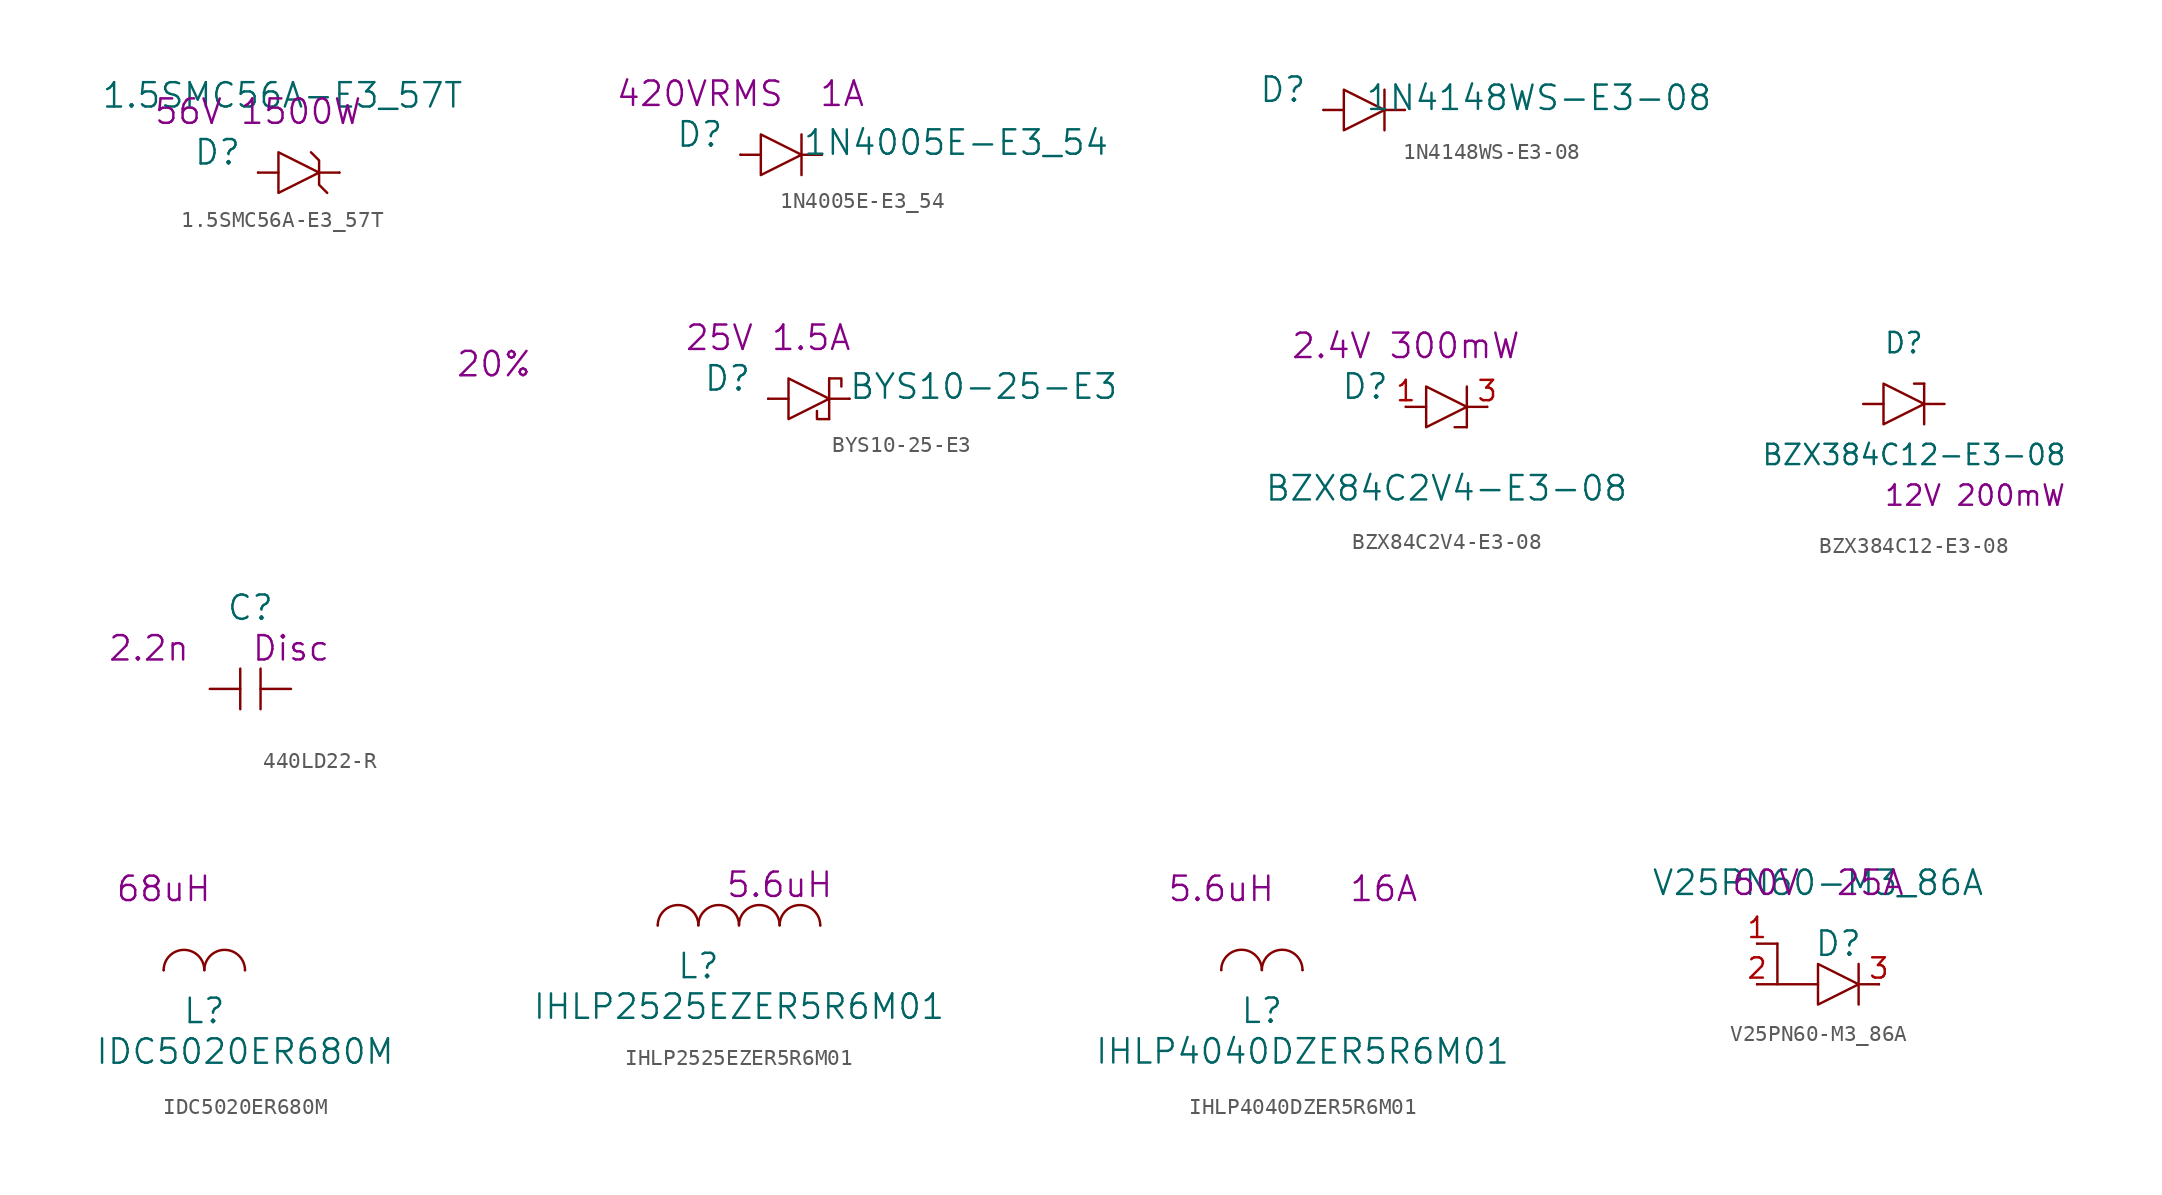
<source format=kicad_sym>
(kicad_symbol_lib
  (version 20220914)
  (generator kicad_symbol_editor)
  (symbol "1.5SMC56A-E3_57T"
    (pin_numbers hide)
    (pin_names
      (offset 1.016) hide)
    (property "Reference" "D"
      (at -5.08 1.27 0)
      (effects (font (size 1.524 1.524))))
    (property "Value" "1.5SMC56A-E3_57T"
      (at -1.016 4.826 0)
      (effects (font (size 1.524 1.524))))
    (property "Datasheet" ""
      (at -5.08 1.27 0)
      (effects (font (size 1.524 1.524))))
    (property "Rating" "56V 1500W"
      (at -2.54 3.81 0)
      (effects (font (size 1.524 1.524))))
    (symbol "1.5SMC56A-E3_57T_0_1"
      (polyline (pts (xy -2.54 0) (xy -1.27 0)) (stroke (width 0) (type solid)) (fill (type none)))
      (polyline (pts (xy 1.27 0) (xy 2.54 0)) (stroke (width 0) (type solid)) (fill (type none)))
      (polyline (pts (xy 0.762 1.27) (xy 1.27 0.762) (xy 1.27 -0.762) (xy 1.778 -1.27)) (stroke (width 0) (type solid)) (fill (type none)))
      (polyline (pts (xy -1.27 0) (xy -1.27 1.27) (xy 1.27 0) (xy -1.27 -1.27) (xy -1.27 0)) (stroke (width 0) (type solid)) (fill (type none))))
    (symbol "1.5SMC56A-E3_57T_1_1"
      (pin passive line (at -2.54 0 0) (length 0) (name "A" (effects (font (size 1.27 1.27)))) (number "A" (effects (font (size 1.27 1.27)))))
      (pin passive line (at 2.54 0 180) (length 0) (name "C" (effects (font (size 1.27 1.27)))) (number "C" (effects (font (size 1.27 1.27)))))))
  (symbol "1N4005E-E3_54"
    (pin_numbers hide)
    (pin_names
      (offset 1.016) hide)
    (property "Reference" "D"
      (at -5.08 1.27 0)
      (effects (font (size 1.524 1.524))))
    (property "Value" "1N4005E-E3_54"
      (at 10.922 0.762 0)
      (effects (font (size 1.524 1.524))))
    (property "Datasheet" ""
      (at -5.08 1.27 0)
      (effects (font (size 1.524 1.524))))
    (property "Rating" "420VRMS  1A"
      (at -2.54 3.81 0)
      (effects (font (size 1.524 1.524))))
    (symbol "1N4005E-E3_54_0_1"
      (polyline (pts (xy -2.54 0) (xy -1.27 0)) (stroke (width 0) (type solid)) (fill (type none)))
      (polyline (pts (xy 1.27 0) (xy 2.54 0)) (stroke (width 0) (type solid)) (fill (type none)))
      (polyline (pts (xy 1.27 1.27) (xy 1.27 -1.27)) (stroke (width 0) (type solid)) (fill (type none)))
      (polyline (pts (xy -1.27 0) (xy -1.27 1.27) (xy 1.27 0) (xy -1.27 -1.27) (xy -1.27 0)) (stroke (width 0) (type solid)) (fill (type none))))
    (symbol "1N4005E-E3_54_1_1"
      (pin passive line (at -2.54 0 0) (length 0) (name "A" (effects (font (size 1.27 1.27)))) (number "A" (effects (font (size 1.27 1.27)))))
      (pin passive line (at 2.54 0 180) (length 0) (name "C" (effects (font (size 1.27 1.27)))) (number "C" (effects (font (size 1.27 1.27)))))))
  (symbol "1N4148WS-E3-08"
    (pin_numbers hide)
    (pin_names
      (offset 1.016) hide)
    (property "Reference" "D"
      (at -5.08 1.27 0)
      (effects (font (size 1.524 1.524))))
    (property "Value" "1N4148WS-E3-08"
      (at 10.922 0.762 0)
      (effects (font (size 1.524 1.524))))
    (property "Datasheet" ""
      (at -5.08 1.27 0)
      (effects (font (size 1.524 1.524))))
    (symbol "1N4148WS-E3-08_0_1"
      (polyline (pts (xy -2.54 0) (xy -1.27 0)) (stroke (width 0) (type solid)) (fill (type none)))
      (polyline (pts (xy 1.27 0) (xy 2.54 0)) (stroke (width 0) (type solid)) (fill (type none)))
      (polyline (pts (xy 1.27 1.27) (xy 1.27 -1.27)) (stroke (width 0) (type solid)) (fill (type none)))
      (polyline (pts (xy -1.27 0) (xy -1.27 1.27) (xy 1.27 0) (xy -1.27 -1.27) (xy -1.27 0)) (stroke (width 0) (type solid)) (fill (type none))))
    (symbol "1N4148WS-E3-08_1_1"
      (pin passive line (at -2.54 0 0) (length 0) (name "A" (effects (font (size 1.27 1.27)))) (number "A" (effects (font (size 1.27 1.27)))))
      (pin passive line (at 2.54 0 180) (length 0) (name "C" (effects (font (size 1.27 1.27)))) (number "C" (effects (font (size 1.27 1.27)))))))
  (symbol "440LD22-R"
    (pin_numbers hide)
    (pin_names
      (offset 1.016) hide)
    (property "Reference" "C"
      (at 0 5.08 0)
      (effects (font (size 1.524 1.524))))
    (property "Size" "Disc"
      (at 2.54 2.54 0)
      (effects (font (size 1.524 1.524))))
    (property "Value2" "2.2n"
      (at -6.35 2.54 0)
      (effects (font (size 1.524 1.524))))
    (property "Tolerance" "20%"
      (at 15.24 20.32 0)
      (effects (font (size 1.524 1.524))))
    (symbol "440LD22-R_0_1"
      (polyline (pts (xy -0.635 -1.27) (xy -0.635 1.27)) (stroke (width 0) (type solid)) (fill (type none)))
      (polyline (pts (xy 0.635 1.27) (xy 0.635 -1.27)) (stroke (width 0) (type solid)) (fill (type none))))
    (symbol "440LD22-R_1_1"
      (pin passive line (at -2.54 0 0) (length 1.905) (name "1" (effects (font (size 1.27 1.27)))) (number "1" (effects (font (size 1.27 1.27)))))
      (pin passive line (at 2.54 0 180) (length 1.905) (name "2" (effects (font (size 1.27 1.27)))) (number "2" (effects (font (size 1.27 1.27)))))))
  (symbol "BYS10-25-E3"
    (pin_numbers hide)
    (pin_names
      (offset 1.016) hide)
    (property "Reference" "D"
      (at -5.08 1.27 0)
      (effects (font (size 1.524 1.524))))
    (property "Value" "BYS10-25-E3"
      (at 10.922 0.762 0)
      (effects (font (size 1.524 1.524))))
    (property "Rating" "25V 1.5A"
      (at -2.54 3.81 0)
      (effects (font (size 1.524 1.524))))
    (symbol "BYS10-25-E3_0_0"
      (polyline (pts (xy 0.508 -0.762) (xy 0.508 -1.27) (xy 1.27 -1.27)) (stroke (width 0) (type solid)) (fill (type none)))
      (polyline (pts (xy 1.27 1.27) (xy 2.032 1.27) (xy 2.032 0.762)) (stroke (width 0) (type solid)) (fill (type none))))
    (symbol "BYS10-25-E3_0_1"
      (polyline (pts (xy -2.54 0) (xy -1.27 0)) (stroke (width 0) (type solid)) (fill (type none)))
      (polyline (pts (xy 1.27 0) (xy 2.54 0)) (stroke (width 0) (type solid)) (fill (type none)))
      (polyline (pts (xy 1.27 1.27) (xy 1.27 -1.27)) (stroke (width 0) (type solid)) (fill (type none)))
      (polyline (pts (xy -1.27 0) (xy -1.27 1.27) (xy 1.27 0) (xy -1.27 -1.27) (xy -1.27 0)) (stroke (width 0) (type solid)) (fill (type none))))
    (symbol "BYS10-25-E3_1_1"
      (pin passive line (at -2.54 0 0) (length 0) (name "A" (effects (font (size 1.27 1.27)))) (number "A" (effects (font (size 1.27 1.27)))))
      (pin passive line (at 2.54 0 180) (length 0) (name "C" (effects (font (size 1.27 1.27)))) (number "C" (effects (font (size 1.27 1.27)))))))
  (symbol "BZX84C2V4-E3-08"
    (pin_names
      (offset 1.016) hide)
    (property "Reference" "D"
      (at -5.08 1.27 0)
      (effects (font (size 1.524 1.524))))
    (property "Value" "BZX84C2V4-E3-08"
      (at 0 -5.08 0)
      (effects (font (size 1.524 1.524))))
    (property "Datasheet" ""
      (at -5.08 1.27 0)
      (effects (font (size 1.524 1.524))))
    (property "Rating" "2.4V 300mW"
      (at -2.54 3.81 0)
      (effects (font (size 1.524 1.524))))
    (symbol "BZX84C2V4-E3-08_0_1"
      (polyline (pts (xy -2.54 0) (xy -1.27 0)) (stroke (width 0) (type solid)) (fill (type none)))
      (polyline (pts (xy 0.508 -1.27) (xy 1.27 -1.27)) (stroke (width 0) (type solid)) (fill (type none)))
      (polyline (pts (xy 1.27 0) (xy 2.54 0)) (stroke (width 0) (type solid)) (fill (type none)))
      (polyline (pts (xy 1.27 1.27) (xy 1.27 -1.27)) (stroke (width 0) (type solid)) (fill (type none)))
      (polyline (pts (xy -1.27 0) (xy -1.27 1.27) (xy 1.27 0) (xy -1.27 -1.27) (xy -1.27 0)) (stroke (width 0) (type solid)) (fill (type none))))
    (symbol "BZX84C2V4-E3-08_1_1"
      (pin passive line (at -2.54 0 0) (length 0) (name "A" (effects (font (size 1.27 1.27)))) (number "1" (effects (font (size 1.27 1.27)))))
      (pin passive line (at 2.54 0 180) (length 0) (name "C" (effects (font (size 1.27 1.27)))) (number "3" (effects (font (size 1.27 1.27)))))))
  (symbol "BZX384C12-E3-08"
    (pin_numbers hide)
    (pin_names
      (offset 1.016) hide)
    (property "Reference" "D"
      (at 0 3.81 0)
      (effects (font (size 1.27 1.27))))
    (property "Value" "BZX384C12-E3-08"
      (at 0.635 -3.175 0)
      (effects (font (size 1.27 1.27))))
    (property "Rating" "12V 200mW"
      (at 4.445 -5.715 0)
      (effects (font (size 1.27 1.27))))
    (symbol "BZX384C12-E3-08_0_1"
      (polyline (pts (xy 0.635 1.27) (xy 1.27 1.27)) (stroke (width 0) (type solid)) (fill (type none))))
    (symbol "BZX384C12-E3-08_1_1"
      (polyline (pts (xy 1.27 1.27) (xy 1.27 -1.27)) (stroke (width 0) (type solid)) (fill (type none)))
      (polyline (pts (xy -1.27 1.27) (xy -1.27 -1.27) (xy 1.27 0) (xy -1.27 1.27)) (stroke (width 0) (type solid)) (fill (type none)))
      (pin passive line (at -2.54 0 0) (length 1.27) (name "A" (effects (font (size 1.27 1.27)))) (number "A" (effects (font (size 1.27 1.27)))))
      (pin passive line (at 2.54 0 180) (length 1.27) (name "C" (effects (font (size 1.27 1.27)))) (number "C" (effects (font (size 1.27 1.27)))))))
  (symbol "IDC5020ER680M"
    (pin_numbers hide)
    (pin_names
      (offset 1.016) hide)
    (property "Reference" "L"
      (at 2.54 -2.54 0)
      (effects (font (size 1.524 1.524))))
    (property "Value" "IDC5020ER680M"
      (at 5.08 -5.08 0)
      (effects (font (size 1.524 1.524))))
    (property "Value2" "68uH"
      (at 0 5.08 0)
      (effects (font (size 1.524 1.524))))
    (symbol "IDC5020ER680M_1_1"
      (arc (start 2.54 0) (mid 1.27 1.2645) (end 0 0) (stroke (width 0) (type solid)) (fill (type none)))
      (arc (start 5.08 0) (mid 3.81 1.2645) (end 2.54 0) (stroke (width 0) (type solid)) (fill (type none)))
      (pin passive line (at 0 0 0) (length 0) (name "1" (effects (font (size 1.27 1.27)))) (number "1" (effects (font (size 1.27 1.27)))))
      (pin passive line (at 5.08 0 180) (length 0) (name "2" (effects (font (size 1.27 1.27)))) (number "2" (effects (font (size 1.27 1.27)))))))
  (symbol "IHLP2525EZER5R6M01"
    (pin_numbers hide)
    (pin_names
      (offset 1.016) hide)
    (property "Reference" "L"
      (at 2.54 -2.54 0)
      (effects (font (size 1.524 1.524))))
    (property "Value" "IHLP2525EZER5R6M01"
      (at 5.08 -5.08 0)
      (effects (font (size 1.524 1.524))))
    (property "Value2" "5.6uH"
      (at 7.62 2.54 0)
      (effects (font (size 1.524 1.524))))
    (symbol "IHLP2525EZER5R6M01_1_1"
      (arc (start 2.54 0) (mid 1.27 1.2645) (end 0 0) (stroke (width 0) (type solid)) (fill (type none)))
      (arc (start 5.08 0) (mid 3.81 1.2645) (end 2.54 0) (stroke (width 0) (type solid)) (fill (type none)))
      (arc (start 7.62 0) (mid 6.35 1.2645) (end 5.08 0) (stroke (width 0) (type solid)) (fill (type none)))
      (arc (start 10.16 0) (mid 8.89 1.2645) (end 7.62 0) (stroke (width 0) (type solid)) (fill (type none)))
      (pin passive line (at 0 0 0) (length 0) (name "1" (effects (font (size 1.27 1.27)))) (number "1" (effects (font (size 1.27 1.27)))))
      (pin passive line (at 10.16 0 180) (length 0) (name "2" (effects (font (size 1.27 1.27)))) (number "2" (effects (font (size 1.27 1.27)))))))
  (symbol "IHLP4040DZER5R6M01"
    (pin_numbers hide)
    (pin_names
      (offset 1.016) hide)
    (property "Reference" "L"
      (at 2.54 -2.54 0)
      (effects (font (size 1.524 1.524))))
    (property "Value" "IHLP4040DZER5R6M01"
      (at 5.08 -5.08 0)
      (effects (font (size 1.524 1.524))))
    (property "Value2" "5.6uH"
      (at 0 5.08 0)
      (effects (font (size 1.524 1.524))))
    (property "Rating" "16A"
      (at 10.16 5.08 0)
      (effects (font (size 1.524 1.524))))
    (symbol "IHLP4040DZER5R6M01_1_1"
      (arc (start 2.54 0) (mid 1.27 1.2645) (end 0 0) (stroke (width 0) (type solid)) (fill (type none)))
      (arc (start 5.08 0) (mid 3.81 1.2645) (end 2.54 0) (stroke (width 0) (type solid)) (fill (type none)))
      (pin passive line (at 0 0 0) (length 0) (name "1" (effects (font (size 1.27 1.27)))) (number "1" (effects (font (size 1.27 1.27)))))
      (pin passive line (at 5.08 0 180) (length 0) (name "2" (effects (font (size 1.27 1.27)))) (number "2" (effects (font (size 1.27 1.27)))))))
  (symbol "V25PN60-M3_86A"
    (pin_names
      (offset 1.016) hide)
    (property "Reference" "D"
      (at 0 5.08 0)
      (effects (font (size 1.524 1.524))))
    (property "Value" "V25PN60-M3_86A"
      (at -1.27 8.89 0)
      (effects (font (size 1.524 1.524))))
    (property "Rating" "60V  25A"
      (at -1.27 8.89 0)
      (effects (font (size 1.524 1.524))))
    (symbol "V25PN60-M3_86A_0_1"
      (polyline (pts (xy -5.08 2.54) (xy -3.81 2.54)) (stroke (width 0) (type solid)) (fill (type none)))
      (polyline (pts (xy -5.08 5.08) (xy -3.81 5.08)) (stroke (width 0) (type solid)) (fill (type none)))
      (polyline (pts (xy 1.27 2.54) (xy 2.54 2.54)) (stroke (width 0) (type solid)) (fill (type none)))
      (polyline (pts (xy 1.27 3.81) (xy 1.27 1.27)) (stroke (width 0) (type solid)) (fill (type none)))
      (polyline (pts (xy -3.81 5.08) (xy -3.81 2.54) (xy -1.27 2.54)) (stroke (width 0) (type solid)) (fill (type none)))
      (polyline (pts (xy -1.27 2.54) (xy -1.27 3.81) (xy 1.27 2.54) (xy -1.27 1.27) (xy -1.27 2.54)) (stroke (width 0) (type solid)) (fill (type none))))
    (symbol "V25PN60-M3_86A_1_1"
      (pin passive line (at -5.08 5.08 0) (length 0) (name "A1" (effects (font (size 1.27 1.27)))) (number "1" (effects (font (size 1.27 1.27)))))
      (pin passive line (at -5.08 2.54 0) (length 0) (name "A2" (effects (font (size 1.27 1.27)))) (number "2" (effects (font (size 1.27 1.27)))))
      (pin passive line (at 2.54 2.54 180) (length 0) (name "K" (effects (font (size 1.27 1.27)))) (number "3" (effects (font (size 1.27 1.27))))))))
</source>
